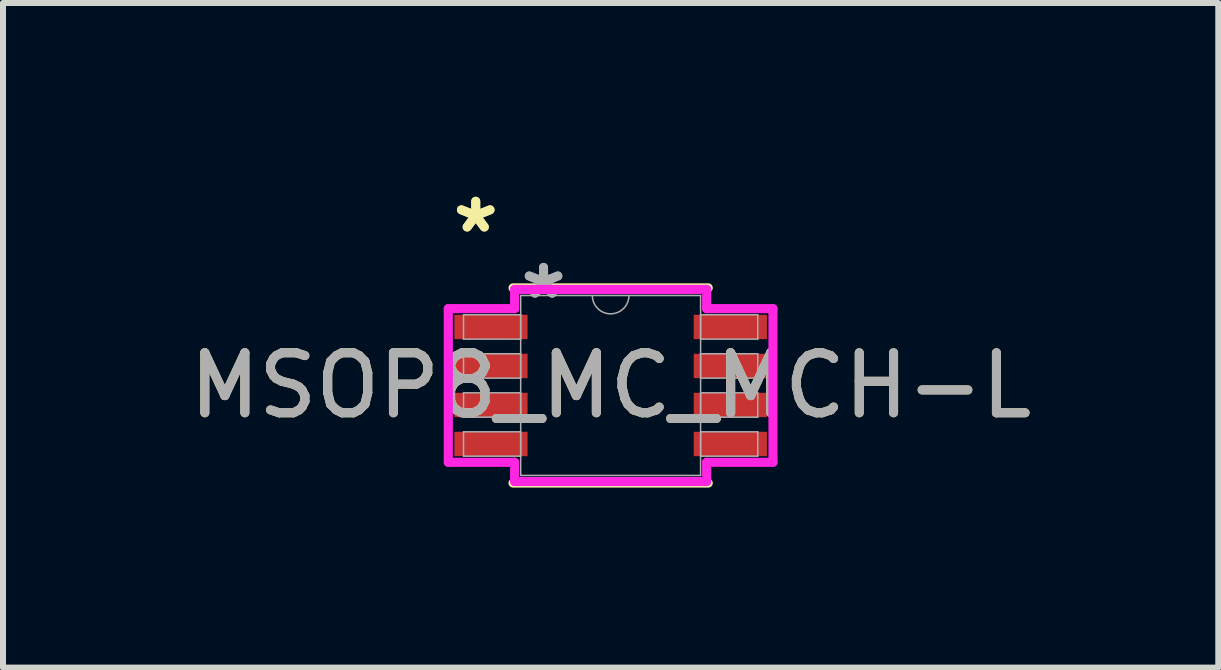
<source format=kicad_pcb>
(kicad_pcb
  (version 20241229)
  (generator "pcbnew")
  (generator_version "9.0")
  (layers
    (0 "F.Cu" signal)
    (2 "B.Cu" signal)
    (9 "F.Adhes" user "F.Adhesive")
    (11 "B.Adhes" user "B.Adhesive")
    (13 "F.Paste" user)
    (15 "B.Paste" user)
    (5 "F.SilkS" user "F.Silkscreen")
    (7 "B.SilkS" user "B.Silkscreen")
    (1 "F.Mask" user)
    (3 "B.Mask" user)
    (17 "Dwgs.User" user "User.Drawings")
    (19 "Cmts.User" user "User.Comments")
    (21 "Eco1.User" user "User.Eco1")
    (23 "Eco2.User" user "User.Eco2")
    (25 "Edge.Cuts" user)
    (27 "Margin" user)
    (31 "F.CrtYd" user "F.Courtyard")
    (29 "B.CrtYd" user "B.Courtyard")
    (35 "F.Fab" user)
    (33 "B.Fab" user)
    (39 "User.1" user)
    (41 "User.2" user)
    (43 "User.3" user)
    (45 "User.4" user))
  (footprint "MSOP8_MC_MCH-L"
    (layer "F.Cu")
    (at 7.125 3.373)
    (property "Reference" "MSOP8_MC_MCH-L" (at 0 0 0) (unlocked yes) (layer "F.SilkS") (effects (font (size 1 1) (thickness 0.15))))
    (attr smd)
    (fp_line (start -1.626 1.626) (end 1.626 1.626) (stroke (width 0.152) (type solid)) (layer "F.SilkS"))
    (fp_line (start 1.626 -1.626) (end -1.626 -1.626) (stroke (width 0.152) (type solid)) (layer "F.SilkS"))
    (fp_line (start -2.705 -1.28) (end -1.6 -1.28) (stroke (width 0.152) (type solid)) (layer "F.CrtYd"))
    (fp_line (start -2.705 1.28) (end -2.705 -1.28) (stroke (width 0.152) (type solid)) (layer "F.CrtYd"))
    (fp_line (start -2.705 1.28) (end -1.6 1.28) (stroke (width 0.152) (type solid)) (layer "F.CrtYd"))
    (fp_line (start -1.6 -1.6) (end 1.6 -1.6) (stroke (width 0.152) (type solid)) (layer "F.CrtYd"))
    (fp_line (start -1.6 -1.28) (end -1.6 -1.6) (stroke (width 0.152) (type solid)) (layer "F.CrtYd"))
    (fp_line (start -1.6 1.6) (end -1.6 1.28) (stroke (width 0.152) (type solid)) (layer "F.CrtYd"))
    (fp_line (start 1.6 -1.6) (end 1.6 -1.28) (stroke (width 0.152) (type solid)) (layer "F.CrtYd"))
    (fp_line (start 1.6 1.28) (end 1.6 1.6) (stroke (width 0.152) (type solid)) (layer "F.CrtYd"))
    (fp_line (start 1.6 1.6) (end -1.6 1.6) (stroke (width 0.152) (type solid)) (layer "F.CrtYd"))
    (fp_line (start 2.705 -1.28) (end 1.6 -1.28) (stroke (width 0.152) (type solid)) (layer "F.CrtYd"))
    (fp_line (start 2.705 -1.28) (end 2.705 1.28) (stroke (width 0.152) (type solid)) (layer "F.CrtYd"))
    (fp_line (start 2.705 1.28) (end 1.6 1.28) (stroke (width 0.152) (type solid)) (layer "F.CrtYd"))
    (fp_line (start -2.451 -1.178) (end -2.451 -0.772) (stroke (width 0.025) (type solid)) (layer "F.Fab"))
    (fp_line (start -2.451 -0.772) (end -1.499 -0.772) (stroke (width 0.025) (type solid)) (layer "F.Fab"))
    (fp_line (start -2.451 -0.528) (end -2.451 -0.122) (stroke (width 0.025) (type solid)) (layer "F.Fab"))
    (fp_line (start -2.451 -0.122) (end -1.499 -0.122) (stroke (width 0.025) (type solid)) (layer "F.Fab"))
    (fp_line (start -2.451 0.122) (end -2.451 0.528) (stroke (width 0.025) (type solid)) (layer "F.Fab"))
    (fp_line (start -2.451 0.528) (end -1.499 0.528) (stroke (width 0.025) (type solid)) (layer "F.Fab"))
    (fp_line (start -2.451 0.772) (end -2.451 1.178) (stroke (width 0.025) (type solid)) (layer "F.Fab"))
    (fp_line (start -2.451 1.178) (end -1.499 1.178) (stroke (width 0.025) (type solid)) (layer "F.Fab"))
    (fp_line (start -1.499 -1.499) (end -1.499 1.499) (stroke (width 0.025) (type solid)) (layer "F.Fab"))
    (fp_line (start -1.499 -1.178) (end -2.451 -1.178) (stroke (width 0.025) (type solid)) (layer "F.Fab"))
    (fp_line (start -1.499 -0.772) (end -1.499 -1.178) (stroke (width 0.025) (type solid)) (layer "F.Fab"))
    (fp_line (start -1.499 -0.528) (end -2.451 -0.528) (stroke (width 0.025) (type solid)) (layer "F.Fab"))
    (fp_line (start -1.499 -0.122) (end -1.499 -0.528) (stroke (width 0.025) (type solid)) (layer "F.Fab"))
    (fp_line (start -1.499 0.122) (end -2.451 0.122) (stroke (width 0.025) (type solid)) (layer "F.Fab"))
    (fp_line (start -1.499 0.528) (end -1.499 0.122) (stroke (width 0.025) (type solid)) (layer "F.Fab"))
    (fp_line (start -1.499 0.772) (end -2.451 0.772) (stroke (width 0.025) (type solid)) (layer "F.Fab"))
    (fp_line (start -1.499 1.178) (end -1.499 0.772) (stroke (width 0.025) (type solid)) (layer "F.Fab"))
    (fp_line (start -1.499 1.499) (end 1.499 1.499) (stroke (width 0.025) (type solid)) (layer "F.Fab"))
    (fp_line (start 1.499 -1.499) (end -1.499 -1.499) (stroke (width 0.025) (type solid)) (layer "F.Fab"))
    (fp_line (start 1.499 -1.178) (end 1.499 -0.772) (stroke (width 0.025) (type solid)) (layer "F.Fab"))
    (fp_line (start 1.499 -0.772) (end 2.451 -0.772) (stroke (width 0.025) (type solid)) (layer "F.Fab"))
    (fp_line (start 1.499 -0.528) (end 1.499 -0.122) (stroke (width 0.025) (type solid)) (layer "F.Fab"))
    (fp_line (start 1.499 -0.122) (end 2.451 -0.122) (stroke (width 0.025) (type solid)) (layer "F.Fab"))
    (fp_line (start 1.499 0.122) (end 1.499 0.528) (stroke (width 0.025) (type solid)) (layer "F.Fab"))
    (fp_line (start 1.499 0.528) (end 2.451 0.528) (stroke (width 0.025) (type solid)) (layer "F.Fab"))
    (fp_line (start 1.499 0.772) (end 1.499 1.178) (stroke (width 0.025) (type solid)) (layer "F.Fab"))
    (fp_line (start 1.499 1.178) (end 2.451 1.178) (stroke (width 0.025) (type solid)) (layer "F.Fab"))
    (fp_line (start 1.499 1.499) (end 1.499 -1.499) (stroke (width 0.025) (type solid)) (layer "F.Fab"))
    (fp_line (start 2.451 -1.178) (end 1.499 -1.178) (stroke (width 0.025) (type solid)) (layer "F.Fab"))
    (fp_line (start 2.451 -0.772) (end 2.451 -1.178) (stroke (width 0.025) (type solid)) (layer "F.Fab"))
    (fp_line (start 2.451 -0.528) (end 1.499 -0.528) (stroke (width 0.025) (type solid)) (layer "F.Fab"))
    (fp_line (start 2.451 -0.122) (end 2.451 -0.528) (stroke (width 0.025) (type solid)) (layer "F.Fab"))
    (fp_line (start 2.451 0.122) (end 1.499 0.122) (stroke (width 0.025) (type solid)) (layer "F.Fab"))
    (fp_line (start 2.451 0.528) (end 2.451 0.122) (stroke (width 0.025) (type solid)) (layer "F.Fab"))
    (fp_line (start 2.451 0.772) (end 1.499 0.772) (stroke (width 0.025) (type solid)) (layer "F.Fab"))
    (fp_line (start 2.451 1.178) (end 2.451 0.772) (stroke (width 0.025) (type solid)) (layer "F.Fab"))
    (fp_arc (start 0.3048 -1.4986) (mid 0 -1.1938) (end -0.3048 -1.4986) (stroke (width 0.0254) (type solid)) (layer "F.Fab"))
    (fp_text user "*" (at -2.248 -2.524 0) (layer "F.SilkS") (effects (font (size 1 1) (thickness 0.15))))
    (fp_text user "*" (at -2.248 -2.524 0) (unlocked yes) (layer "F.SilkS") (effects (font (size 1 1) (thickness 0.15))))
    (fp_text user "*" (at -1.118 -1.422 0) (layer "F.Fab") (effects (font (size 1 1) (thickness 0.15))))
    (fp_text user "${REFERENCE}" (at 0 0 0) (unlocked yes) (layer "F.Fab") (effects (font (size 1 1) (thickness 0.15))))
    (fp_text user "*" (at -1.118 -1.422 0) (unlocked yes) (layer "F.Fab") (effects (font (size 1 1) (thickness 0.15))))
    (pad "1" smd rect (at -1.994 -0.975) (size 1.219 0.406) (layers "F.Cu" "F.Mask" "F.Paste"))
    (pad "2" smd rect (at -1.994 -0.325) (size 1.219 0.406) (layers "F.Cu" "F.Mask" "F.Paste"))
    (pad "3" smd rect (at -1.994 0.325) (size 1.219 0.406) (layers "F.Cu" "F.Mask" "F.Paste"))
    (pad "4" smd rect (at -1.994 0.975) (size 1.219 0.406) (layers "F.Cu" "F.Mask" "F.Paste"))
    (pad "5" smd rect (at 1.994 0.975) (size 1.219 0.406) (layers "F.Cu" "F.Mask" "F.Paste"))
    (pad "6" smd rect (at 1.994 0.325) (size 1.219 0.406) (layers "F.Cu" "F.Mask" "F.Paste"))
    (pad "7" smd rect (at 1.994 -0.325) (size 1.219 0.406) (layers "F.Cu" "F.Mask" "F.Paste"))
    (pad "8" smd rect (at 1.994 -0.975) (size 1.219 0.406) (layers "F.Cu" "F.Mask" "F.Paste")))
  (gr_rect
    (start -3 -3)
    (end 17.25 8.074)
    (stroke (width 0.1) (type default))
    (fill no)
    (layer "Edge.Cuts")))
</source>
